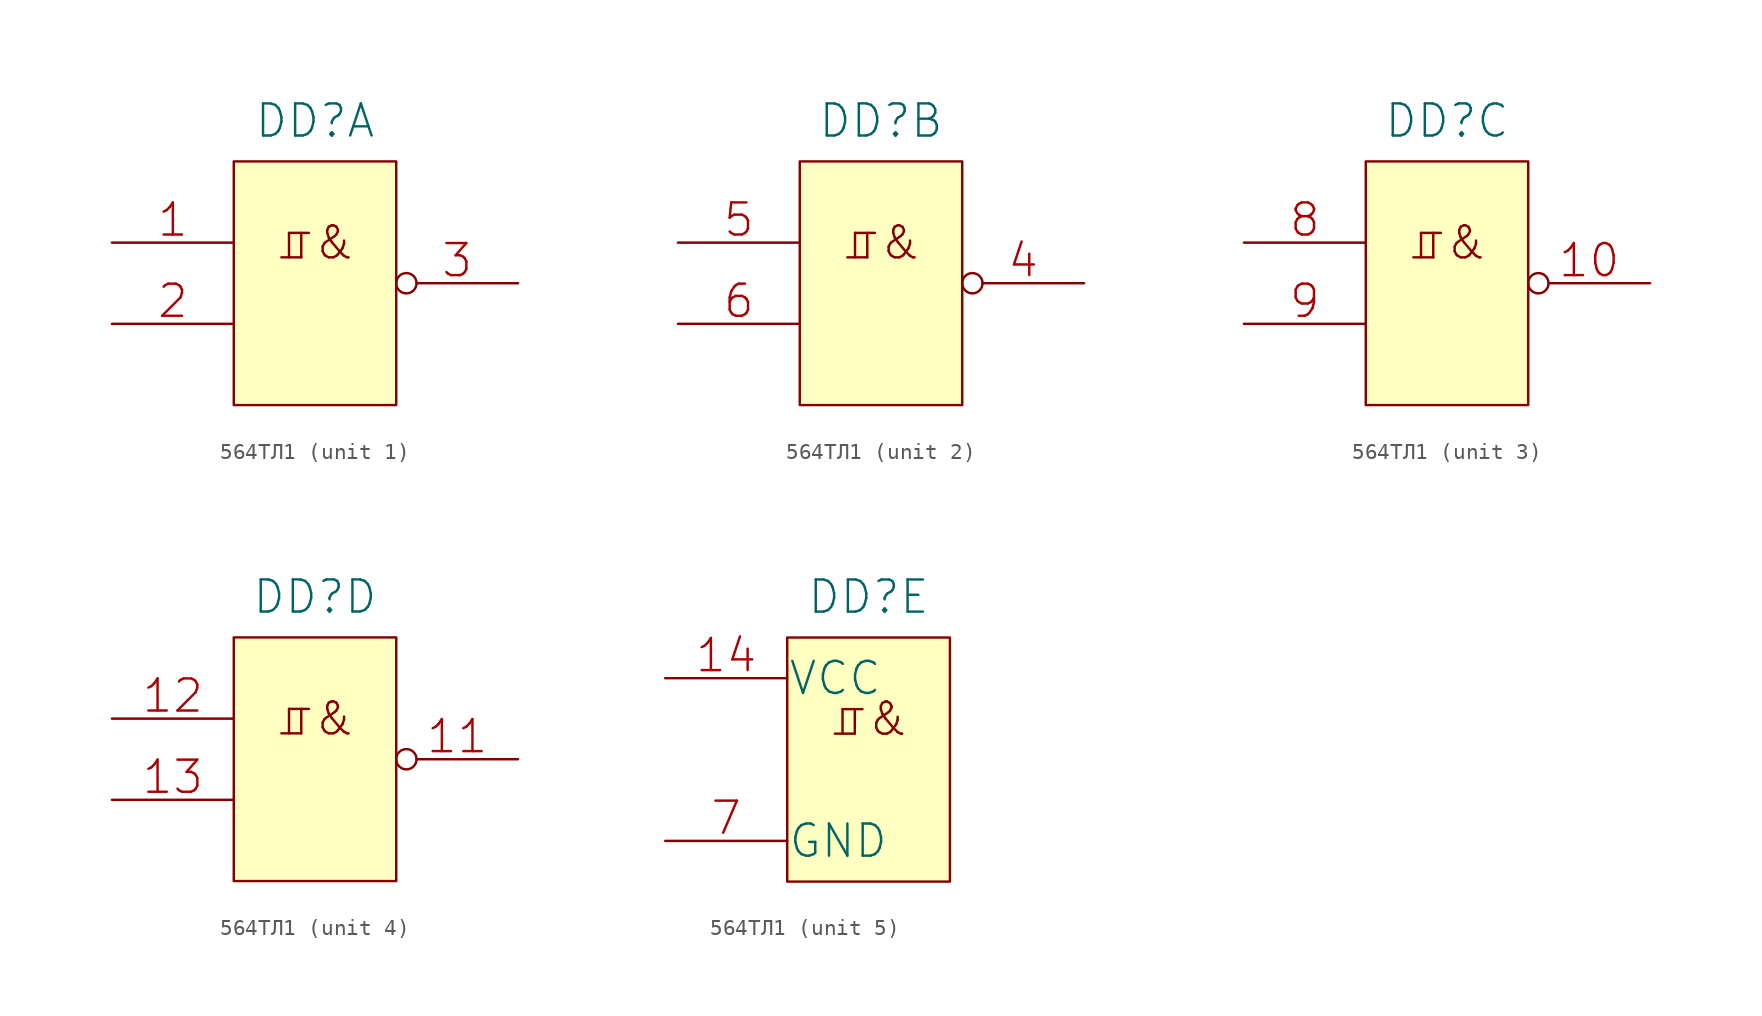
<source format=kicad_sym>
(kicad_symbol_lib
  (version 20231120)
  (generator "kicad_symbol_editor")
  (generator_version "8.0")
  (symbol "564ТЛ1"
    (pin_names
      (offset 0.025))
    (property "Reference" "DD"
      (at 0 10.16 0)
      (effects (font (size 2.007 2.007))))
    (property "ki_locked" ""
      (at 0 0 0)
      (effects (font (size 1.27 1.27))))
    (symbol "564ТЛ1_0_0"
      (text "⎎&" (at 0 2.54 0) (effects (font (size 2.007 2.007)))))
    (symbol "564ТЛ1_0_1"
      (rectangle (start -5.08 7.62) (end 5.08 -7.62) (stroke (width 0) (type solid)) (fill (type background))))
    (symbol "564ТЛ1_1_1"
      (pin input line (at -12.7 2.54 0) (length 7.62) (name "~" (effects (font (size 2.007 2.007)))) (number "1" (effects (font (size 2.007 2.007)))))
      (pin input line (at -12.7 -2.54 0) (length 7.62) (name "~" (effects (font (size 2.007 2.007)))) (number "2" (effects (font (size 2.007 2.007)))))
      (pin output inverted (at 12.7 0 180) (length 7.62) (name "~" (effects (font (size 2.007 2.007)))) (number "3" (effects (font (size 2.007 2.007))))))
    (symbol "564ТЛ1_2_1"
      (pin output inverted (at 12.7 0 180) (length 7.62) (name "~" (effects (font (size 2.007 2.007)))) (number "4" (effects (font (size 2.007 2.007)))))
      (pin input line (at -12.7 2.54 0) (length 7.62) (name "~" (effects (font (size 2.007 2.007)))) (number "5" (effects (font (size 2.007 2.007)))))
      (pin input line (at -12.7 -2.54 0) (length 7.62) (name "~" (effects (font (size 2.007 2.007)))) (number "6" (effects (font (size 2.007 2.007))))))
    (symbol "564ТЛ1_3_1"
      (pin output inverted (at 12.7 0 180) (length 7.62) (name "~" (effects (font (size 2.007 2.007)))) (number "10" (effects (font (size 2.007 2.007)))))
      (pin input line (at -12.7 2.54 0) (length 7.62) (name "~" (effects (font (size 2.007 2.007)))) (number "8" (effects (font (size 2.007 2.007)))))
      (pin input line (at -12.7 -2.54 0) (length 7.62) (name "~" (effects (font (size 2.007 2.007)))) (number "9" (effects (font (size 2.007 2.007))))))
    (symbol "564ТЛ1_4_1"
      (pin output inverted (at 12.7 0 180) (length 7.62) (name "~" (effects (font (size 2.007 2.007)))) (number "11" (effects (font (size 2.007 2.007)))))
      (pin input line (at -12.7 2.54 0) (length 7.62) (name "~" (effects (font (size 2.007 2.007)))) (number "12" (effects (font (size 2.007 2.007)))))
      (pin input line (at -12.7 -2.54 0) (length 7.62) (name "~" (effects (font (size 2.007 2.007)))) (number "13" (effects (font (size 2.007 2.007))))))
    (symbol "564ТЛ1_5_1"
      (pin power_in line (at -12.7 5.08 0) (length 7.62) (name "VCC" (effects (font (size 2.007 2.007)))) (number "14" (effects (font (size 2.007 2.007)))))
      (pin power_in line (at -12.7 -5.08 0) (length 7.62) (name "GND" (effects (font (size 2.007 2.007)))) (number "7" (effects (font (size 2.007 2.007))))))))
</source>
